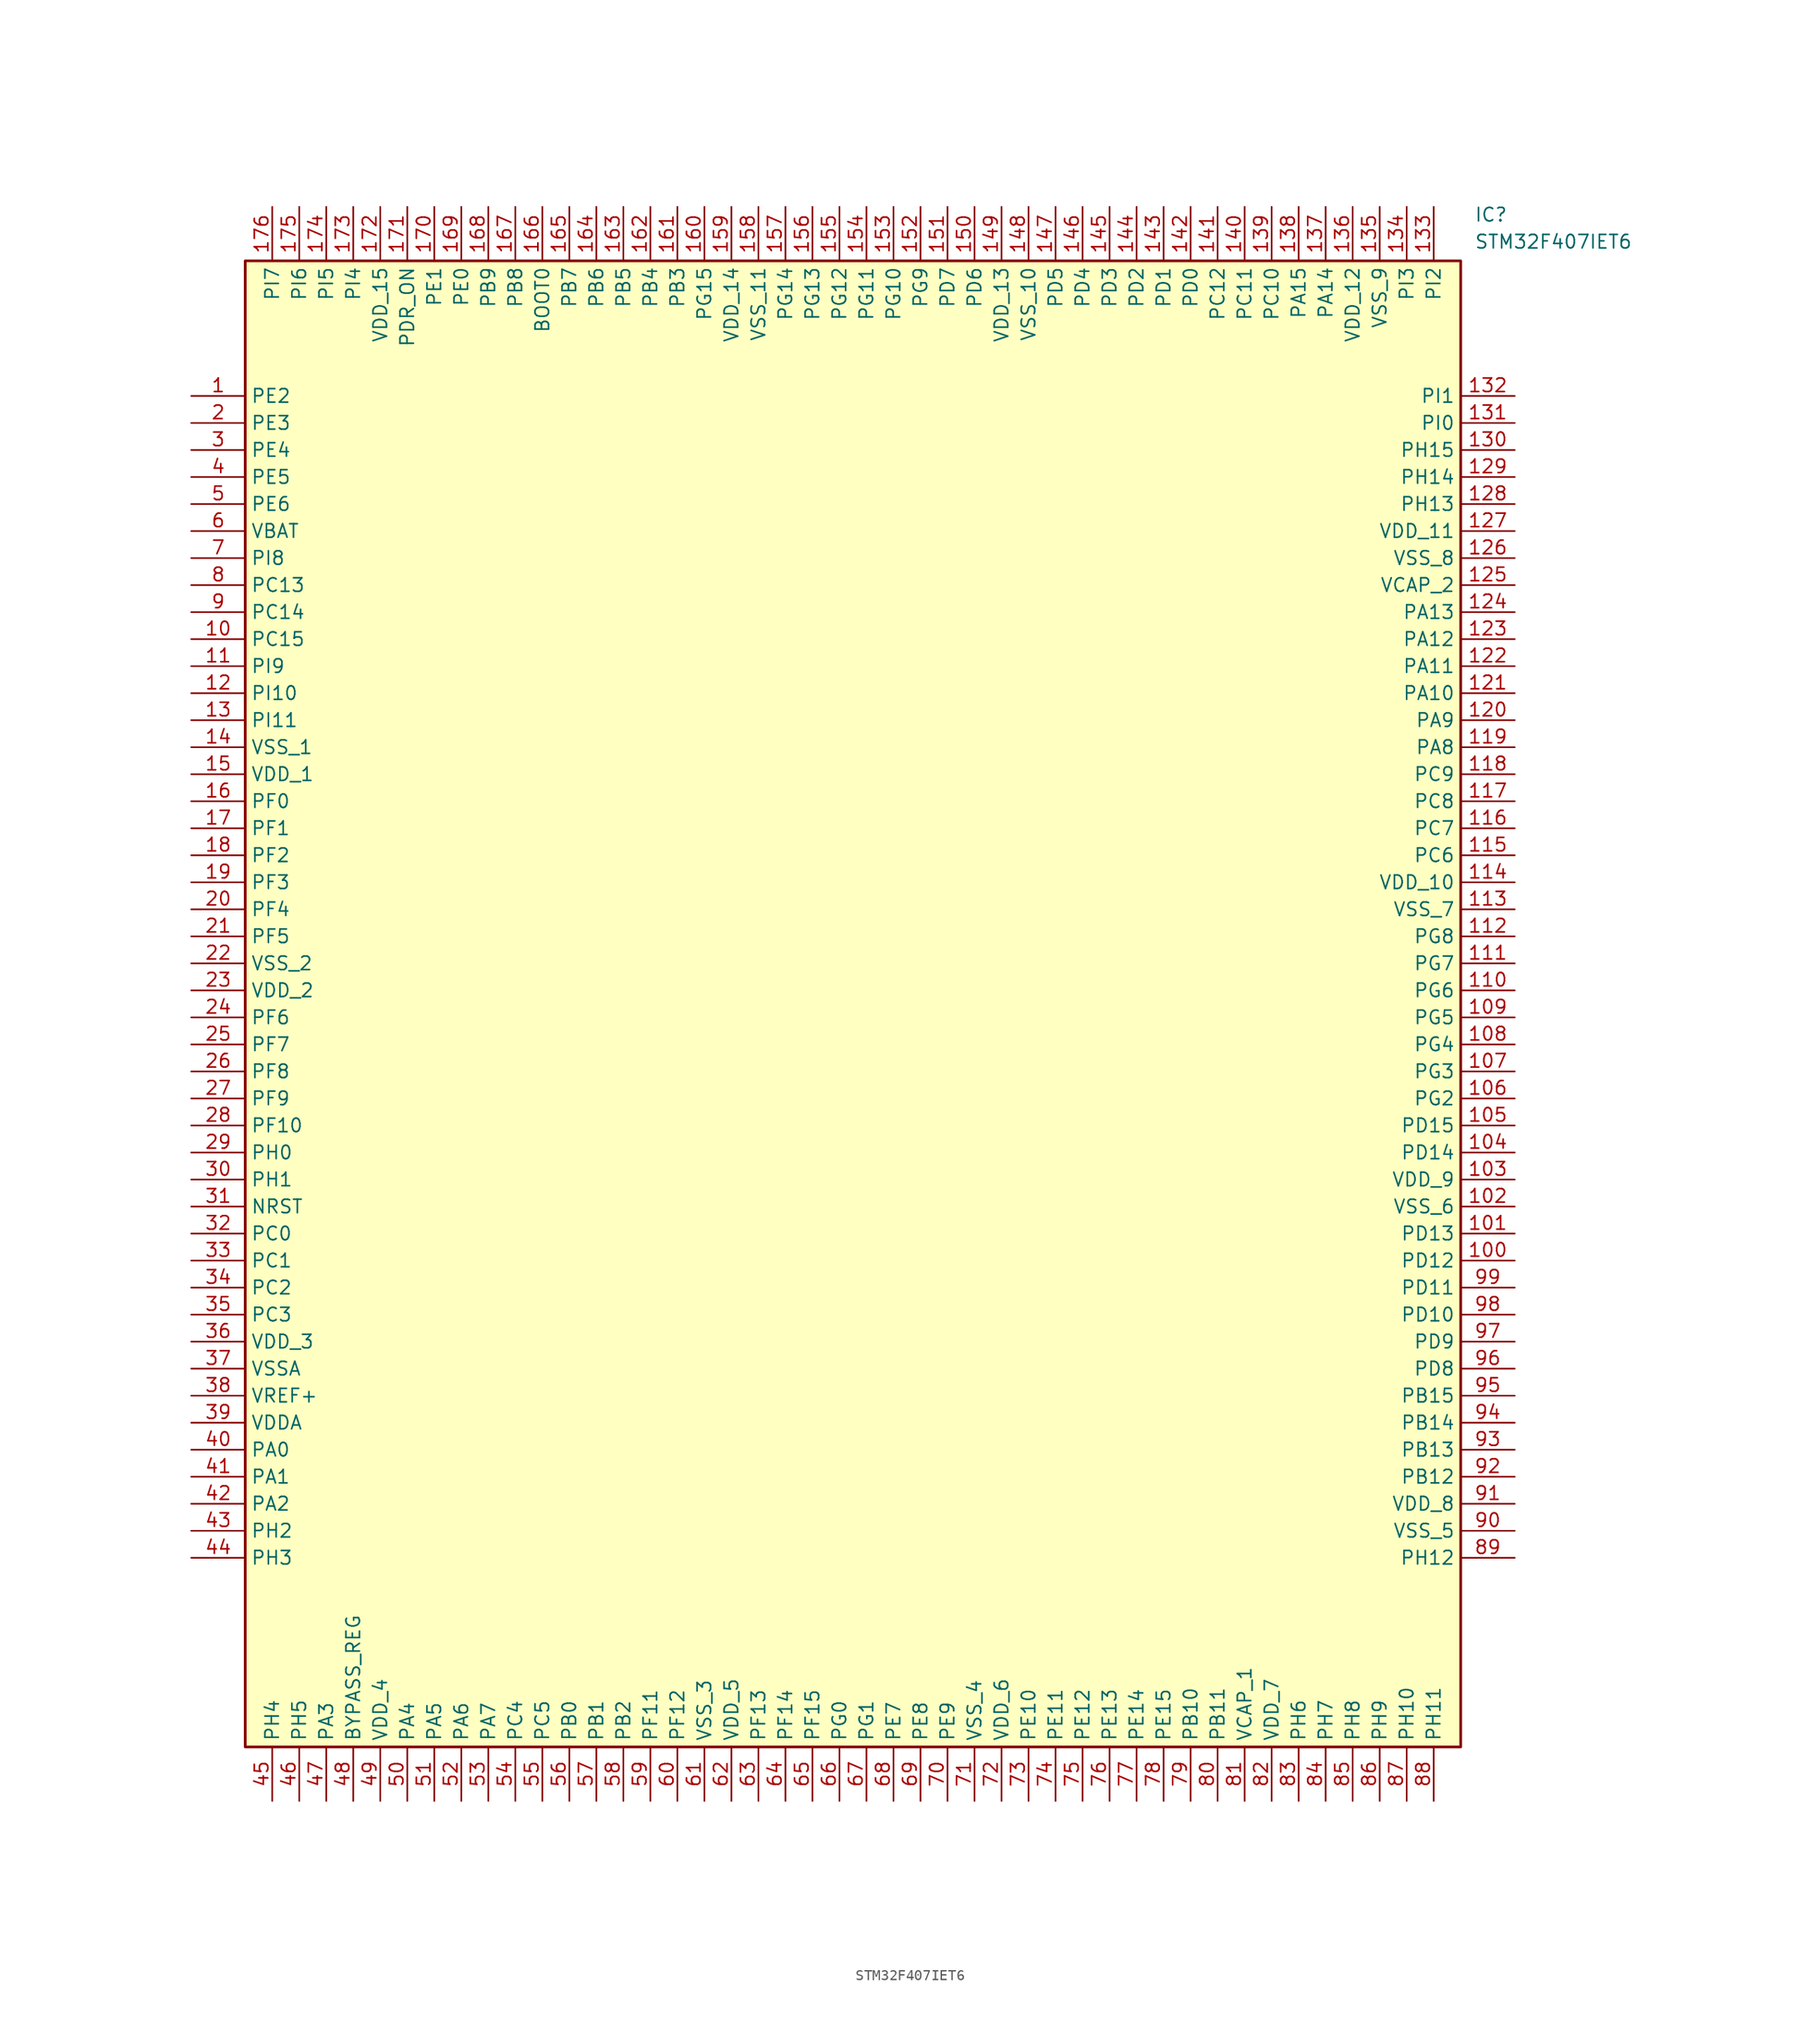
<source format=kicad_sym>
(kicad_symbol_lib
  (version 20211014)
  (generator SamacSys_ECAD_Model)
  (symbol "STM32F407IET6"
    (property "Reference" "IC"
      (at 120.65 17.78 0)
      (effects (font (size 1.27 1.27)) (justify left top)))
    (property "Value" "STM32F407IET6"
      (at 120.65 15.24 0)
      (effects (font (size 1.27 1.27)) (justify left top)))
    (rectangle
      (start 5.08 12.7)
      (end 119.38 -127)
      (stroke (width 0.254) (type default))
      (fill (type background)))
    (pin passive line
      (at 0 0 0)
      (length 5.08)
      (name "PE2" (effects (font (size 1.27 1.27))))
      (number "1" (effects (font (size 1.27 1.27)))))
    (pin passive line
      (at 0 -2.54 0)
      (length 5.08)
      (name "PE3" (effects (font (size 1.27 1.27))))
      (number "2" (effects (font (size 1.27 1.27)))))
    (pin passive line
      (at 0 -5.08 0)
      (length 5.08)
      (name "PE4" (effects (font (size 1.27 1.27))))
      (number "3" (effects (font (size 1.27 1.27)))))
    (pin passive line
      (at 0 -7.62 0)
      (length 5.08)
      (name "PE5" (effects (font (size 1.27 1.27))))
      (number "4" (effects (font (size 1.27 1.27)))))
    (pin passive line
      (at 0 -10.16 0)
      (length 5.08)
      (name "PE6" (effects (font (size 1.27 1.27))))
      (number "5" (effects (font (size 1.27 1.27)))))
    (pin passive line
      (at 0 -12.7 0)
      (length 5.08)
      (name "VBAT" (effects (font (size 1.27 1.27))))
      (number "6" (effects (font (size 1.27 1.27)))))
    (pin passive line
      (at 0 -15.24 0)
      (length 5.08)
      (name "PI8" (effects (font (size 1.27 1.27))))
      (number "7" (effects (font (size 1.27 1.27)))))
    (pin passive line
      (at 0 -17.78 0)
      (length 5.08)
      (name "PC13" (effects (font (size 1.27 1.27))))
      (number "8" (effects (font (size 1.27 1.27)))))
    (pin passive line
      (at 0 -20.32 0)
      (length 5.08)
      (name "PC14" (effects (font (size 1.27 1.27))))
      (number "9" (effects (font (size 1.27 1.27)))))
    (pin passive line
      (at 0 -22.86 0)
      (length 5.08)
      (name "PC15" (effects (font (size 1.27 1.27))))
      (number "10" (effects (font (size 1.27 1.27)))))
    (pin passive line
      (at 0 -25.4 0)
      (length 5.08)
      (name "PI9" (effects (font (size 1.27 1.27))))
      (number "11" (effects (font (size 1.27 1.27)))))
    (pin passive line
      (at 0 -27.94 0)
      (length 5.08)
      (name "PI10" (effects (font (size 1.27 1.27))))
      (number "12" (effects (font (size 1.27 1.27)))))
    (pin passive line
      (at 0 -30.48 0)
      (length 5.08)
      (name "PI11" (effects (font (size 1.27 1.27))))
      (number "13" (effects (font (size 1.27 1.27)))))
    (pin power_in line
      (at 0 -33.02 0)
      (length 5.08)
      (name "VSS_1" (effects (font (size 1.27 1.27))))
      (number "14" (effects (font (size 1.27 1.27)))))
    (pin power_in line
      (at 0 -35.56 0)
      (length 5.08)
      (name "VDD_1" (effects (font (size 1.27 1.27))))
      (number "15" (effects (font (size 1.27 1.27)))))
    (pin passive line
      (at 0 -38.1 0)
      (length 5.08)
      (name "PF0" (effects (font (size 1.27 1.27))))
      (number "16" (effects (font (size 1.27 1.27)))))
    (pin passive line
      (at 0 -40.64 0)
      (length 5.08)
      (name "PF1" (effects (font (size 1.27 1.27))))
      (number "17" (effects (font (size 1.27 1.27)))))
    (pin passive line
      (at 0 -43.18 0)
      (length 5.08)
      (name "PF2" (effects (font (size 1.27 1.27))))
      (number "18" (effects (font (size 1.27 1.27)))))
    (pin passive line
      (at 0 -45.72 0)
      (length 5.08)
      (name "PF3" (effects (font (size 1.27 1.27))))
      (number "19" (effects (font (size 1.27 1.27)))))
    (pin passive line
      (at 0 -48.26 0)
      (length 5.08)
      (name "PF4" (effects (font (size 1.27 1.27))))
      (number "20" (effects (font (size 1.27 1.27)))))
    (pin passive line
      (at 0 -50.8 0)
      (length 5.08)
      (name "PF5" (effects (font (size 1.27 1.27))))
      (number "21" (effects (font (size 1.27 1.27)))))
    (pin power_in line
      (at 0 -53.34 0)
      (length 5.08)
      (name "VSS_2" (effects (font (size 1.27 1.27))))
      (number "22" (effects (font (size 1.27 1.27)))))
    (pin power_in line
      (at 0 -55.88 0)
      (length 5.08)
      (name "VDD_2" (effects (font (size 1.27 1.27))))
      (number "23" (effects (font (size 1.27 1.27)))))
    (pin passive line
      (at 0 -58.42 0)
      (length 5.08)
      (name "PF6" (effects (font (size 1.27 1.27))))
      (number "24" (effects (font (size 1.27 1.27)))))
    (pin passive line
      (at 0 -60.96 0)
      (length 5.08)
      (name "PF7" (effects (font (size 1.27 1.27))))
      (number "25" (effects (font (size 1.27 1.27)))))
    (pin passive line
      (at 0 -63.5 0)
      (length 5.08)
      (name "PF8" (effects (font (size 1.27 1.27))))
      (number "26" (effects (font (size 1.27 1.27)))))
    (pin passive line
      (at 0 -66.04 0)
      (length 5.08)
      (name "PF9" (effects (font (size 1.27 1.27))))
      (number "27" (effects (font (size 1.27 1.27)))))
    (pin passive line
      (at 0 -68.58 0)
      (length 5.08)
      (name "PF10" (effects (font (size 1.27 1.27))))
      (number "28" (effects (font (size 1.27 1.27)))))
    (pin passive line
      (at 0 -71.12 0)
      (length 5.08)
      (name "PH0" (effects (font (size 1.27 1.27))))
      (number "29" (effects (font (size 1.27 1.27)))))
    (pin passive line
      (at 0 -73.66 0)
      (length 5.08)
      (name "PH1" (effects (font (size 1.27 1.27))))
      (number "30" (effects (font (size 1.27 1.27)))))
    (pin input line
      (at 0 -76.2 0)
      (length 5.08)
      (name "NRST" (effects (font (size 1.27 1.27))))
      (number "31" (effects (font (size 1.27 1.27)))))
    (pin passive line
      (at 0 -78.74 0)
      (length 5.08)
      (name "PC0" (effects (font (size 1.27 1.27))))
      (number "32" (effects (font (size 1.27 1.27)))))
    (pin passive line
      (at 0 -81.28 0)
      (length 5.08)
      (name "PC1" (effects (font (size 1.27 1.27))))
      (number "33" (effects (font (size 1.27 1.27)))))
    (pin passive line
      (at 0 -83.82 0)
      (length 5.08)
      (name "PC2" (effects (font (size 1.27 1.27))))
      (number "34" (effects (font (size 1.27 1.27)))))
    (pin passive line
      (at 0 -86.36 0)
      (length 5.08)
      (name "PC3" (effects (font (size 1.27 1.27))))
      (number "35" (effects (font (size 1.27 1.27)))))
    (pin power_in line
      (at 0 -88.9 0)
      (length 5.08)
      (name "VDD_3" (effects (font (size 1.27 1.27))))
      (number "36" (effects (font (size 1.27 1.27)))))
    (pin power_in line
      (at 0 -91.44 0)
      (length 5.08)
      (name "VSSA" (effects (font (size 1.27 1.27))))
      (number "37" (effects (font (size 1.27 1.27)))))
    (pin input line
      (at 0 -93.98 0)
      (length 5.08)
      (name "VREF+" (effects (font (size 1.27 1.27))))
      (number "38" (effects (font (size 1.27 1.27)))))
    (pin power_in line
      (at 0 -96.52 0)
      (length 5.08)
      (name "VDDA" (effects (font (size 1.27 1.27))))
      (number "39" (effects (font (size 1.27 1.27)))))
    (pin passive line
      (at 0 -99.06 0)
      (length 5.08)
      (name "PA0" (effects (font (size 1.27 1.27))))
      (number "40" (effects (font (size 1.27 1.27)))))
    (pin passive line
      (at 0 -101.6 0)
      (length 5.08)
      (name "PA1" (effects (font (size 1.27 1.27))))
      (number "41" (effects (font (size 1.27 1.27)))))
    (pin passive line
      (at 0 -104.14 0)
      (length 5.08)
      (name "PA2" (effects (font (size 1.27 1.27))))
      (number "42" (effects (font (size 1.27 1.27)))))
    (pin passive line
      (at 0 -106.68 0)
      (length 5.08)
      (name "PH2" (effects (font (size 1.27 1.27))))
      (number "43" (effects (font (size 1.27 1.27)))))
    (pin passive line
      (at 0 -109.22 0)
      (length 5.08)
      (name "PH3" (effects (font (size 1.27 1.27))))
      (number "44" (effects (font (size 1.27 1.27)))))
    (pin passive line
      (at 7.62 -132.08 90)
      (length 5.08)
      (name "PH4" (effects (font (size 1.27 1.27))))
      (number "45" (effects (font (size 1.27 1.27)))))
    (pin passive line
      (at 10.16 -132.08 90)
      (length 5.08)
      (name "PH5" (effects (font (size 1.27 1.27))))
      (number "46" (effects (font (size 1.27 1.27)))))
    (pin passive line
      (at 12.7 -132.08 90)
      (length 5.08)
      (name "PA3" (effects (font (size 1.27 1.27))))
      (number "47" (effects (font (size 1.27 1.27)))))
    (pin passive line
      (at 15.24 -132.08 90)
      (length 5.08)
      (name "BYPASS_REG" (effects (font (size 1.27 1.27))))
      (number "48" (effects (font (size 1.27 1.27)))))
    (pin power_in line
      (at 17.78 -132.08 90)
      (length 5.08)
      (name "VDD_4" (effects (font (size 1.27 1.27))))
      (number "49" (effects (font (size 1.27 1.27)))))
    (pin passive line
      (at 20.32 -132.08 90)
      (length 5.08)
      (name "PA4" (effects (font (size 1.27 1.27))))
      (number "50" (effects (font (size 1.27 1.27)))))
    (pin passive line
      (at 22.86 -132.08 90)
      (length 5.08)
      (name "PA5" (effects (font (size 1.27 1.27))))
      (number "51" (effects (font (size 1.27 1.27)))))
    (pin passive line
      (at 25.4 -132.08 90)
      (length 5.08)
      (name "PA6" (effects (font (size 1.27 1.27))))
      (number "52" (effects (font (size 1.27 1.27)))))
    (pin passive line
      (at 27.94 -132.08 90)
      (length 5.08)
      (name "PA7" (effects (font (size 1.27 1.27))))
      (number "53" (effects (font (size 1.27 1.27)))))
    (pin passive line
      (at 30.48 -132.08 90)
      (length 5.08)
      (name "PC4" (effects (font (size 1.27 1.27))))
      (number "54" (effects (font (size 1.27 1.27)))))
    (pin passive line
      (at 33.02 -132.08 90)
      (length 5.08)
      (name "PC5" (effects (font (size 1.27 1.27))))
      (number "55" (effects (font (size 1.27 1.27)))))
    (pin passive line
      (at 35.56 -132.08 90)
      (length 5.08)
      (name "PB0" (effects (font (size 1.27 1.27))))
      (number "56" (effects (font (size 1.27 1.27)))))
    (pin passive line
      (at 38.1 -132.08 90)
      (length 5.08)
      (name "PB1" (effects (font (size 1.27 1.27))))
      (number "57" (effects (font (size 1.27 1.27)))))
    (pin passive line
      (at 40.64 -132.08 90)
      (length 5.08)
      (name "PB2" (effects (font (size 1.27 1.27))))
      (number "58" (effects (font (size 1.27 1.27)))))
    (pin passive line
      (at 43.18 -132.08 90)
      (length 5.08)
      (name "PF11" (effects (font (size 1.27 1.27))))
      (number "59" (effects (font (size 1.27 1.27)))))
    (pin passive line
      (at 45.72 -132.08 90)
      (length 5.08)
      (name "PF12" (effects (font (size 1.27 1.27))))
      (number "60" (effects (font (size 1.27 1.27)))))
    (pin power_in line
      (at 48.26 -132.08 90)
      (length 5.08)
      (name "VSS_3" (effects (font (size 1.27 1.27))))
      (number "61" (effects (font (size 1.27 1.27)))))
    (pin power_in line
      (at 50.8 -132.08 90)
      (length 5.08)
      (name "VDD_5" (effects (font (size 1.27 1.27))))
      (number "62" (effects (font (size 1.27 1.27)))))
    (pin passive line
      (at 53.34 -132.08 90)
      (length 5.08)
      (name "PF13" (effects (font (size 1.27 1.27))))
      (number "63" (effects (font (size 1.27 1.27)))))
    (pin passive line
      (at 55.88 -132.08 90)
      (length 5.08)
      (name "PF14" (effects (font (size 1.27 1.27))))
      (number "64" (effects (font (size 1.27 1.27)))))
    (pin passive line
      (at 58.42 -132.08 90)
      (length 5.08)
      (name "PF15" (effects (font (size 1.27 1.27))))
      (number "65" (effects (font (size 1.27 1.27)))))
    (pin passive line
      (at 60.96 -132.08 90)
      (length 5.08)
      (name "PG0" (effects (font (size 1.27 1.27))))
      (number "66" (effects (font (size 1.27 1.27)))))
    (pin passive line
      (at 63.5 -132.08 90)
      (length 5.08)
      (name "PG1" (effects (font (size 1.27 1.27))))
      (number "67" (effects (font (size 1.27 1.27)))))
    (pin passive line
      (at 66.04 -132.08 90)
      (length 5.08)
      (name "PE7" (effects (font (size 1.27 1.27))))
      (number "68" (effects (font (size 1.27 1.27)))))
    (pin passive line
      (at 68.58 -132.08 90)
      (length 5.08)
      (name "PE8" (effects (font (size 1.27 1.27))))
      (number "69" (effects (font (size 1.27 1.27)))))
    (pin passive line
      (at 71.12 -132.08 90)
      (length 5.08)
      (name "PE9" (effects (font (size 1.27 1.27))))
      (number "70" (effects (font (size 1.27 1.27)))))
    (pin power_in line
      (at 73.66 -132.08 90)
      (length 5.08)
      (name "VSS_4" (effects (font (size 1.27 1.27))))
      (number "71" (effects (font (size 1.27 1.27)))))
    (pin power_in line
      (at 76.2 -132.08 90)
      (length 5.08)
      (name "VDD_6" (effects (font (size 1.27 1.27))))
      (number "72" (effects (font (size 1.27 1.27)))))
    (pin passive line
      (at 78.74 -132.08 90)
      (length 5.08)
      (name "PE10" (effects (font (size 1.27 1.27))))
      (number "73" (effects (font (size 1.27 1.27)))))
    (pin passive line
      (at 81.28 -132.08 90)
      (length 5.08)
      (name "PE11" (effects (font (size 1.27 1.27))))
      (number "74" (effects (font (size 1.27 1.27)))))
    (pin passive line
      (at 83.82 -132.08 90)
      (length 5.08)
      (name "PE12" (effects (font (size 1.27 1.27))))
      (number "75" (effects (font (size 1.27 1.27)))))
    (pin passive line
      (at 86.36 -132.08 90)
      (length 5.08)
      (name "PE13" (effects (font (size 1.27 1.27))))
      (number "76" (effects (font (size 1.27 1.27)))))
    (pin passive line
      (at 88.9 -132.08 90)
      (length 5.08)
      (name "PE14" (effects (font (size 1.27 1.27))))
      (number "77" (effects (font (size 1.27 1.27)))))
    (pin passive line
      (at 91.44 -132.08 90)
      (length 5.08)
      (name "PE15" (effects (font (size 1.27 1.27))))
      (number "78" (effects (font (size 1.27 1.27)))))
    (pin passive line
      (at 93.98 -132.08 90)
      (length 5.08)
      (name "PB10" (effects (font (size 1.27 1.27))))
      (number "79" (effects (font (size 1.27 1.27)))))
    (pin passive line
      (at 96.52 -132.08 90)
      (length 5.08)
      (name "PB11" (effects (font (size 1.27 1.27))))
      (number "80" (effects (font (size 1.27 1.27)))))
    (pin passive line
      (at 99.06 -132.08 90)
      (length 5.08)
      (name "VCAP_1" (effects (font (size 1.27 1.27))))
      (number "81" (effects (font (size 1.27 1.27)))))
    (pin power_in line
      (at 101.6 -132.08 90)
      (length 5.08)
      (name "VDD_7" (effects (font (size 1.27 1.27))))
      (number "82" (effects (font (size 1.27 1.27)))))
    (pin passive line
      (at 104.14 -132.08 90)
      (length 5.08)
      (name "PH6" (effects (font (size 1.27 1.27))))
      (number "83" (effects (font (size 1.27 1.27)))))
    (pin passive line
      (at 106.68 -132.08 90)
      (length 5.08)
      (name "PH7" (effects (font (size 1.27 1.27))))
      (number "84" (effects (font (size 1.27 1.27)))))
    (pin passive line
      (at 109.22 -132.08 90)
      (length 5.08)
      (name "PH8" (effects (font (size 1.27 1.27))))
      (number "85" (effects (font (size 1.27 1.27)))))
    (pin passive line
      (at 111.76 -132.08 90)
      (length 5.08)
      (name "PH9" (effects (font (size 1.27 1.27))))
      (number "86" (effects (font (size 1.27 1.27)))))
    (pin passive line
      (at 114.3 -132.08 90)
      (length 5.08)
      (name "PH10" (effects (font (size 1.27 1.27))))
      (number "87" (effects (font (size 1.27 1.27)))))
    (pin passive line
      (at 116.84 -132.08 90)
      (length 5.08)
      (name "PH11" (effects (font (size 1.27 1.27))))
      (number "88" (effects (font (size 1.27 1.27)))))
    (pin passive line
      (at 124.46 0 180)
      (length 5.08)
      (name "PI1" (effects (font (size 1.27 1.27))))
      (number "132" (effects (font (size 1.27 1.27)))))
    (pin passive line
      (at 124.46 -2.54 180)
      (length 5.08)
      (name "PI0" (effects (font (size 1.27 1.27))))
      (number "131" (effects (font (size 1.27 1.27)))))
    (pin passive line
      (at 124.46 -5.08 180)
      (length 5.08)
      (name "PH15" (effects (font (size 1.27 1.27))))
      (number "130" (effects (font (size 1.27 1.27)))))
    (pin passive line
      (at 124.46 -7.62 180)
      (length 5.08)
      (name "PH14" (effects (font (size 1.27 1.27))))
      (number "129" (effects (font (size 1.27 1.27)))))
    (pin passive line
      (at 124.46 -10.16 180)
      (length 5.08)
      (name "PH13" (effects (font (size 1.27 1.27))))
      (number "128" (effects (font (size 1.27 1.27)))))
    (pin power_in line
      (at 124.46 -12.7 180)
      (length 5.08)
      (name "VDD_11" (effects (font (size 1.27 1.27))))
      (number "127" (effects (font (size 1.27 1.27)))))
    (pin power_in line
      (at 124.46 -15.24 180)
      (length 5.08)
      (name "VSS_8" (effects (font (size 1.27 1.27))))
      (number "126" (effects (font (size 1.27 1.27)))))
    (pin passive line
      (at 124.46 -17.78 180)
      (length 5.08)
      (name "VCAP_2" (effects (font (size 1.27 1.27))))
      (number "125" (effects (font (size 1.27 1.27)))))
    (pin passive line
      (at 124.46 -20.32 180)
      (length 5.08)
      (name "PA13" (effects (font (size 1.27 1.27))))
      (number "124" (effects (font (size 1.27 1.27)))))
    (pin passive line
      (at 124.46 -22.86 180)
      (length 5.08)
      (name "PA12" (effects (font (size 1.27 1.27))))
      (number "123" (effects (font (size 1.27 1.27)))))
    (pin passive line
      (at 124.46 -25.4 180)
      (length 5.08)
      (name "PA11" (effects (font (size 1.27 1.27))))
      (number "122" (effects (font (size 1.27 1.27)))))
    (pin passive line
      (at 124.46 -27.94 180)
      (length 5.08)
      (name "PA10" (effects (font (size 1.27 1.27))))
      (number "121" (effects (font (size 1.27 1.27)))))
    (pin passive line
      (at 124.46 -30.48 180)
      (length 5.08)
      (name "PA9" (effects (font (size 1.27 1.27))))
      (number "120" (effects (font (size 1.27 1.27)))))
    (pin passive line
      (at 124.46 -33.02 180)
      (length 5.08)
      (name "PA8" (effects (font (size 1.27 1.27))))
      (number "119" (effects (font (size 1.27 1.27)))))
    (pin passive line
      (at 124.46 -35.56 180)
      (length 5.08)
      (name "PC9" (effects (font (size 1.27 1.27))))
      (number "118" (effects (font (size 1.27 1.27)))))
    (pin passive line
      (at 124.46 -38.1 180)
      (length 5.08)
      (name "PC8" (effects (font (size 1.27 1.27))))
      (number "117" (effects (font (size 1.27 1.27)))))
    (pin passive line
      (at 124.46 -40.64 180)
      (length 5.08)
      (name "PC7" (effects (font (size 1.27 1.27))))
      (number "116" (effects (font (size 1.27 1.27)))))
    (pin passive line
      (at 124.46 -43.18 180)
      (length 5.08)
      (name "PC6" (effects (font (size 1.27 1.27))))
      (number "115" (effects (font (size 1.27 1.27)))))
    (pin power_in line
      (at 124.46 -45.72 180)
      (length 5.08)
      (name "VDD_10" (effects (font (size 1.27 1.27))))
      (number "114" (effects (font (size 1.27 1.27)))))
    (pin power_in line
      (at 124.46 -48.26 180)
      (length 5.08)
      (name "VSS_7" (effects (font (size 1.27 1.27))))
      (number "113" (effects (font (size 1.27 1.27)))))
    (pin passive line
      (at 124.46 -50.8 180)
      (length 5.08)
      (name "PG8" (effects (font (size 1.27 1.27))))
      (number "112" (effects (font (size 1.27 1.27)))))
    (pin passive line
      (at 124.46 -53.34 180)
      (length 5.08)
      (name "PG7" (effects (font (size 1.27 1.27))))
      (number "111" (effects (font (size 1.27 1.27)))))
    (pin passive line
      (at 124.46 -55.88 180)
      (length 5.08)
      (name "PG6" (effects (font (size 1.27 1.27))))
      (number "110" (effects (font (size 1.27 1.27)))))
    (pin passive line
      (at 124.46 -58.42 180)
      (length 5.08)
      (name "PG5" (effects (font (size 1.27 1.27))))
      (number "109" (effects (font (size 1.27 1.27)))))
    (pin passive line
      (at 124.46 -60.96 180)
      (length 5.08)
      (name "PG4" (effects (font (size 1.27 1.27))))
      (number "108" (effects (font (size 1.27 1.27)))))
    (pin passive line
      (at 124.46 -63.5 180)
      (length 5.08)
      (name "PG3" (effects (font (size 1.27 1.27))))
      (number "107" (effects (font (size 1.27 1.27)))))
    (pin passive line
      (at 124.46 -66.04 180)
      (length 5.08)
      (name "PG2" (effects (font (size 1.27 1.27))))
      (number "106" (effects (font (size 1.27 1.27)))))
    (pin passive line
      (at 124.46 -68.58 180)
      (length 5.08)
      (name "PD15" (effects (font (size 1.27 1.27))))
      (number "105" (effects (font (size 1.27 1.27)))))
    (pin passive line
      (at 124.46 -71.12 180)
      (length 5.08)
      (name "PD14" (effects (font (size 1.27 1.27))))
      (number "104" (effects (font (size 1.27 1.27)))))
    (pin power_in line
      (at 124.46 -73.66 180)
      (length 5.08)
      (name "VDD_9" (effects (font (size 1.27 1.27))))
      (number "103" (effects (font (size 1.27 1.27)))))
    (pin power_in line
      (at 124.46 -76.2 180)
      (length 5.08)
      (name "VSS_6" (effects (font (size 1.27 1.27))))
      (number "102" (effects (font (size 1.27 1.27)))))
    (pin passive line
      (at 124.46 -78.74 180)
      (length 5.08)
      (name "PD13" (effects (font (size 1.27 1.27))))
      (number "101" (effects (font (size 1.27 1.27)))))
    (pin passive line
      (at 124.46 -81.28 180)
      (length 5.08)
      (name "PD12" (effects (font (size 1.27 1.27))))
      (number "100" (effects (font (size 1.27 1.27)))))
    (pin passive line
      (at 124.46 -83.82 180)
      (length 5.08)
      (name "PD11" (effects (font (size 1.27 1.27))))
      (number "99" (effects (font (size 1.27 1.27)))))
    (pin passive line
      (at 124.46 -86.36 180)
      (length 5.08)
      (name "PD10" (effects (font (size 1.27 1.27))))
      (number "98" (effects (font (size 1.27 1.27)))))
    (pin passive line
      (at 124.46 -88.9 180)
      (length 5.08)
      (name "PD9" (effects (font (size 1.27 1.27))))
      (number "97" (effects (font (size 1.27 1.27)))))
    (pin passive line
      (at 124.46 -91.44 180)
      (length 5.08)
      (name "PD8" (effects (font (size 1.27 1.27))))
      (number "96" (effects (font (size 1.27 1.27)))))
    (pin passive line
      (at 124.46 -93.98 180)
      (length 5.08)
      (name "PB15" (effects (font (size 1.27 1.27))))
      (number "95" (effects (font (size 1.27 1.27)))))
    (pin passive line
      (at 124.46 -96.52 180)
      (length 5.08)
      (name "PB14" (effects (font (size 1.27 1.27))))
      (number "94" (effects (font (size 1.27 1.27)))))
    (pin passive line
      (at 124.46 -99.06 180)
      (length 5.08)
      (name "PB13" (effects (font (size 1.27 1.27))))
      (number "93" (effects (font (size 1.27 1.27)))))
    (pin passive line
      (at 124.46 -101.6 180)
      (length 5.08)
      (name "PB12" (effects (font (size 1.27 1.27))))
      (number "92" (effects (font (size 1.27 1.27)))))
    (pin power_in line
      (at 124.46 -104.14 180)
      (length 5.08)
      (name "VDD_8" (effects (font (size 1.27 1.27))))
      (number "91" (effects (font (size 1.27 1.27)))))
    (pin power_in line
      (at 124.46 -106.68 180)
      (length 5.08)
      (name "VSS_5" (effects (font (size 1.27 1.27))))
      (number "90" (effects (font (size 1.27 1.27)))))
    (pin passive line
      (at 124.46 -109.22 180)
      (length 5.08)
      (name "PH12" (effects (font (size 1.27 1.27))))
      (number "89" (effects (font (size 1.27 1.27)))))
    (pin passive line
      (at 7.62 17.78 270)
      (length 5.08)
      (name "PI7" (effects (font (size 1.27 1.27))))
      (number "176" (effects (font (size 1.27 1.27)))))
    (pin passive line
      (at 10.16 17.78 270)
      (length 5.08)
      (name "PI6" (effects (font (size 1.27 1.27))))
      (number "175" (effects (font (size 1.27 1.27)))))
    (pin passive line
      (at 12.7 17.78 270)
      (length 5.08)
      (name "PI5" (effects (font (size 1.27 1.27))))
      (number "174" (effects (font (size 1.27 1.27)))))
    (pin passive line
      (at 15.24 17.78 270)
      (length 5.08)
      (name "PI4" (effects (font (size 1.27 1.27))))
      (number "173" (effects (font (size 1.27 1.27)))))
    (pin power_in line
      (at 17.78 17.78 270)
      (length 5.08)
      (name "VDD_15" (effects (font (size 1.27 1.27))))
      (number "172" (effects (font (size 1.27 1.27)))))
    (pin passive line
      (at 20.32 17.78 270)
      (length 5.08)
      (name "PDR_ON" (effects (font (size 1.27 1.27))))
      (number "171" (effects (font (size 1.27 1.27)))))
    (pin passive line
      (at 22.86 17.78 270)
      (length 5.08)
      (name "PE1" (effects (font (size 1.27 1.27))))
      (number "170" (effects (font (size 1.27 1.27)))))
    (pin passive line
      (at 25.4 17.78 270)
      (length 5.08)
      (name "PE0" (effects (font (size 1.27 1.27))))
      (number "169" (effects (font (size 1.27 1.27)))))
    (pin passive line
      (at 27.94 17.78 270)
      (length 5.08)
      (name "PB9" (effects (font (size 1.27 1.27))))
      (number "168" (effects (font (size 1.27 1.27)))))
    (pin passive line
      (at 30.48 17.78 270)
      (length 5.08)
      (name "PB8" (effects (font (size 1.27 1.27))))
      (number "167" (effects (font (size 1.27 1.27)))))
    (pin passive line
      (at 33.02 17.78 270)
      (length 5.08)
      (name "BOOT0" (effects (font (size 1.27 1.27))))
      (number "166" (effects (font (size 1.27 1.27)))))
    (pin passive line
      (at 35.56 17.78 270)
      (length 5.08)
      (name "PB7" (effects (font (size 1.27 1.27))))
      (number "165" (effects (font (size 1.27 1.27)))))
    (pin passive line
      (at 38.1 17.78 270)
      (length 5.08)
      (name "PB6" (effects (font (size 1.27 1.27))))
      (number "164" (effects (font (size 1.27 1.27)))))
    (pin passive line
      (at 40.64 17.78 270)
      (length 5.08)
      (name "PB5" (effects (font (size 1.27 1.27))))
      (number "163" (effects (font (size 1.27 1.27)))))
    (pin passive line
      (at 43.18 17.78 270)
      (length 5.08)
      (name "PB4" (effects (font (size 1.27 1.27))))
      (number "162" (effects (font (size 1.27 1.27)))))
    (pin passive line
      (at 45.72 17.78 270)
      (length 5.08)
      (name "PB3" (effects (font (size 1.27 1.27))))
      (number "161" (effects (font (size 1.27 1.27)))))
    (pin passive line
      (at 48.26 17.78 270)
      (length 5.08)
      (name "PG15" (effects (font (size 1.27 1.27))))
      (number "160" (effects (font (size 1.27 1.27)))))
    (pin power_in line
      (at 50.8 17.78 270)
      (length 5.08)
      (name "VDD_14" (effects (font (size 1.27 1.27))))
      (number "159" (effects (font (size 1.27 1.27)))))
    (pin power_in line
      (at 53.34 17.78 270)
      (length 5.08)
      (name "VSS_11" (effects (font (size 1.27 1.27))))
      (number "158" (effects (font (size 1.27 1.27)))))
    (pin passive line
      (at 55.88 17.78 270)
      (length 5.08)
      (name "PG14" (effects (font (size 1.27 1.27))))
      (number "157" (effects (font (size 1.27 1.27)))))
    (pin passive line
      (at 58.42 17.78 270)
      (length 5.08)
      (name "PG13" (effects (font (size 1.27 1.27))))
      (number "156" (effects (font (size 1.27 1.27)))))
    (pin passive line
      (at 60.96 17.78 270)
      (length 5.08)
      (name "PG12" (effects (font (size 1.27 1.27))))
      (number "155" (effects (font (size 1.27 1.27)))))
    (pin passive line
      (at 63.5 17.78 270)
      (length 5.08)
      (name "PG11" (effects (font (size 1.27 1.27))))
      (number "154" (effects (font (size 1.27 1.27)))))
    (pin passive line
      (at 66.04 17.78 270)
      (length 5.08)
      (name "PG10" (effects (font (size 1.27 1.27))))
      (number "153" (effects (font (size 1.27 1.27)))))
    (pin passive line
      (at 68.58 17.78 270)
      (length 5.08)
      (name "PG9" (effects (font (size 1.27 1.27))))
      (number "152" (effects (font (size 1.27 1.27)))))
    (pin passive line
      (at 71.12 17.78 270)
      (length 5.08)
      (name "PD7" (effects (font (size 1.27 1.27))))
      (number "151" (effects (font (size 1.27 1.27)))))
    (pin passive line
      (at 73.66 17.78 270)
      (length 5.08)
      (name "PD6" (effects (font (size 1.27 1.27))))
      (number "150" (effects (font (size 1.27 1.27)))))
    (pin power_in line
      (at 76.2 17.78 270)
      (length 5.08)
      (name "VDD_13" (effects (font (size 1.27 1.27))))
      (number "149" (effects (font (size 1.27 1.27)))))
    (pin power_in line
      (at 78.74 17.78 270)
      (length 5.08)
      (name "VSS_10" (effects (font (size 1.27 1.27))))
      (number "148" (effects (font (size 1.27 1.27)))))
    (pin passive line
      (at 81.28 17.78 270)
      (length 5.08)
      (name "PD5" (effects (font (size 1.27 1.27))))
      (number "147" (effects (font (size 1.27 1.27)))))
    (pin passive line
      (at 83.82 17.78 270)
      (length 5.08)
      (name "PD4" (effects (font (size 1.27 1.27))))
      (number "146" (effects (font (size 1.27 1.27)))))
    (pin passive line
      (at 86.36 17.78 270)
      (length 5.08)
      (name "PD3" (effects (font (size 1.27 1.27))))
      (number "145" (effects (font (size 1.27 1.27)))))
    (pin passive line
      (at 88.9 17.78 270)
      (length 5.08)
      (name "PD2" (effects (font (size 1.27 1.27))))
      (number "144" (effects (font (size 1.27 1.27)))))
    (pin passive line
      (at 91.44 17.78 270)
      (length 5.08)
      (name "PD1" (effects (font (size 1.27 1.27))))
      (number "143" (effects (font (size 1.27 1.27)))))
    (pin passive line
      (at 93.98 17.78 270)
      (length 5.08)
      (name "PD0" (effects (font (size 1.27 1.27))))
      (number "142" (effects (font (size 1.27 1.27)))))
    (pin passive line
      (at 96.52 17.78 270)
      (length 5.08)
      (name "PC12" (effects (font (size 1.27 1.27))))
      (number "141" (effects (font (size 1.27 1.27)))))
    (pin passive line
      (at 99.06 17.78 270)
      (length 5.08)
      (name "PC11" (effects (font (size 1.27 1.27))))
      (number "140" (effects (font (size 1.27 1.27)))))
    (pin passive line
      (at 101.6 17.78 270)
      (length 5.08)
      (name "PC10" (effects (font (size 1.27 1.27))))
      (number "139" (effects (font (size 1.27 1.27)))))
    (pin passive line
      (at 104.14 17.78 270)
      (length 5.08)
      (name "PA15" (effects (font (size 1.27 1.27))))
      (number "138" (effects (font (size 1.27 1.27)))))
    (pin passive line
      (at 106.68 17.78 270)
      (length 5.08)
      (name "PA14" (effects (font (size 1.27 1.27))))
      (number "137" (effects (font (size 1.27 1.27)))))
    (pin power_in line
      (at 109.22 17.78 270)
      (length 5.08)
      (name "VDD_12" (effects (font (size 1.27 1.27))))
      (number "136" (effects (font (size 1.27 1.27)))))
    (pin power_in line
      (at 111.76 17.78 270)
      (length 5.08)
      (name "VSS_9" (effects (font (size 1.27 1.27))))
      (number "135" (effects (font (size 1.27 1.27)))))
    (pin passive line
      (at 114.3 17.78 270)
      (length 5.08)
      (name "PI3" (effects (font (size 1.27 1.27))))
      (number "134" (effects (font (size 1.27 1.27)))))
    (pin passive line
      (at 116.84 17.78 270)
      (length 5.08)
      (name "PI2" (effects (font (size 1.27 1.27))))
      (number "133" (effects (font (size 1.27 1.27)))))))
</source>
